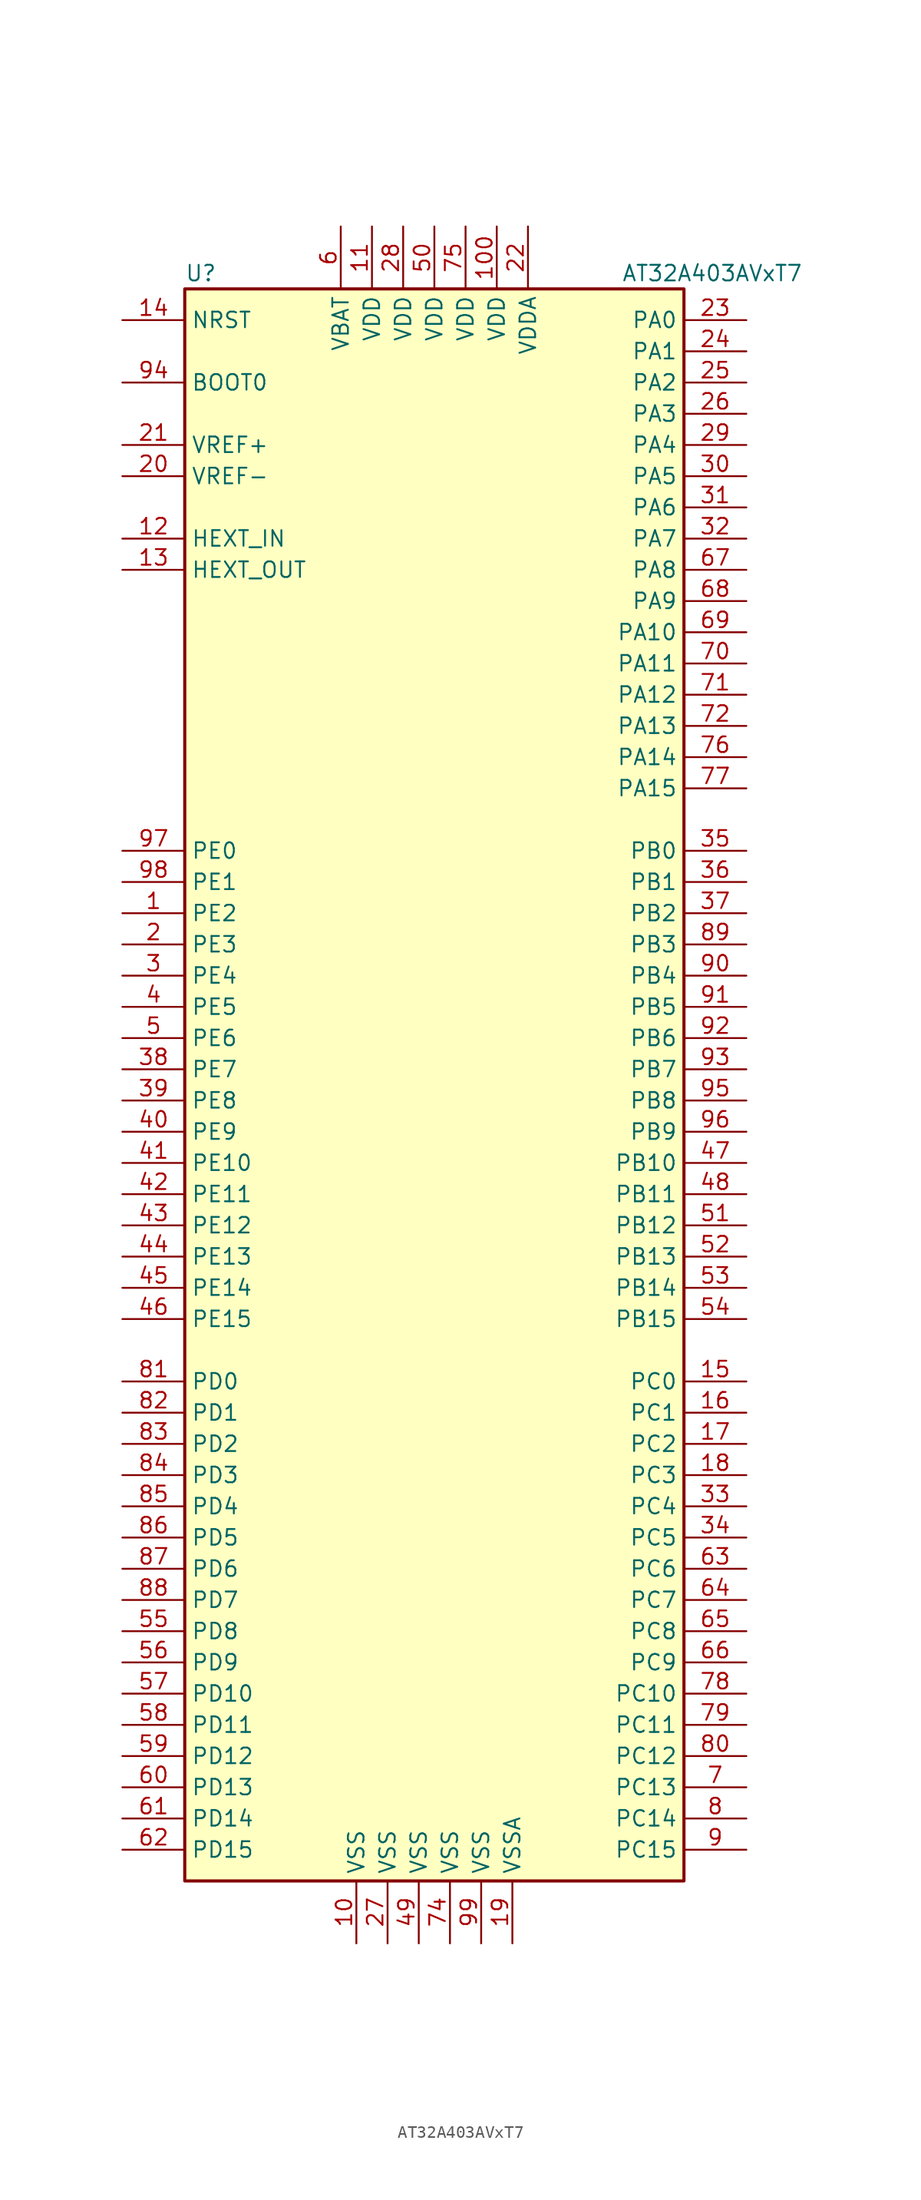
<source format=kicad_sym>
(kicad_symbol_lib
  (version 20220331)
  (generator kicad_symbol_editor)
  (symbol "AT32A403AVxT7"
    (property "Reference" "U"
      (at -20.32 64.77 0)
      (effects (font (size 1.27 1.27)) (justify left)))
    (property "Value" "AT32A403AVxT7"
      (at 15.24 64.77 0)
      (effects (font (size 1.27 1.27)) (justify left)))
    (symbol "AT32A403AVxT7_0_1"
      (rectangle (start -20.32 63.5) (end 20.32 -66.04) (stroke (width 0.254) (type default)) (fill (type background))))
    (symbol "AT32A403AVxT7_1_1"
      (pin bidirectional line (at -25.4 12.7 0) (length 5.08) (name "PE2" (effects (font (size 1.27 1.27)))) (number "1" (effects (font (size 1.27 1.27)))))
      (pin power_in line (at -6.35 -71.12 90) (length 5.08) (name "VSS" (effects (font (size 1.27 1.27)))) (number "10" (effects (font (size 1.27 1.27)))))
      (pin power_in line (at 5.08 68.58 270) (length 5.08) (name "VDD" (effects (font (size 1.27 1.27)))) (number "100" (effects (font (size 1.27 1.27)))))
      (pin power_in line (at -5.08 68.58 270) (length 5.08) (name "VDD" (effects (font (size 1.27 1.27)))) (number "11" (effects (font (size 1.27 1.27)))))
      (pin input line (at -25.4 43.18 0) (length 5.08) (name "HEXT_IN" (effects (font (size 1.27 1.27)))) (number "12" (effects (font (size 1.27 1.27)))))
      (pin input line (at -25.4 40.64 0) (length 5.08) (name "HEXT_OUT" (effects (font (size 1.27 1.27)))) (number "13" (effects (font (size 1.27 1.27)))))
      (pin input line (at -25.4 60.96 0) (length 5.08) (name "NRST" (effects (font (size 1.27 1.27)))) (number "14" (effects (font (size 1.27 1.27)))))
      (pin bidirectional line (at 25.4 -25.4 180) (length 5.08) (name "PC0" (effects (font (size 1.27 1.27)))) (number "15" (effects (font (size 1.27 1.27)))))
      (pin bidirectional line (at 25.4 -27.94 180) (length 5.08) (name "PC1" (effects (font (size 1.27 1.27)))) (number "16" (effects (font (size 1.27 1.27)))))
      (pin bidirectional line (at 25.4 -30.48 180) (length 5.08) (name "PC2" (effects (font (size 1.27 1.27)))) (number "17" (effects (font (size 1.27 1.27)))))
      (pin bidirectional line (at 25.4 -33.02 180) (length 5.08) (name "PC3" (effects (font (size 1.27 1.27)))) (number "18" (effects (font (size 1.27 1.27)))))
      (pin power_in line (at 6.35 -71.12 90) (length 5.08) (name "VSSA" (effects (font (size 1.27 1.27)))) (number "19" (effects (font (size 1.27 1.27)))))
      (pin bidirectional line (at -25.4 10.16 0) (length 5.08) (name "PE3" (effects (font (size 1.27 1.27)))) (number "2" (effects (font (size 1.27 1.27)))))
      (pin power_in line (at -25.4 48.26 0) (length 5.08) (name "VREF-" (effects (font (size 1.27 1.27)))) (number "20" (effects (font (size 1.27 1.27)))))
      (pin power_in line (at -25.4 50.8 0) (length 5.08) (name "VREF+" (effects (font (size 1.27 1.27)))) (number "21" (effects (font (size 1.27 1.27)))))
      (pin power_in line (at 7.62 68.58 270) (length 5.08) (name "VDDA" (effects (font (size 1.27 1.27)))) (number "22" (effects (font (size 1.27 1.27)))))
      (pin bidirectional line (at 25.4 60.96 180) (length 5.08) (name "PA0" (effects (font (size 1.27 1.27)))) (number "23" (effects (font (size 1.27 1.27)))))
      (pin bidirectional line (at 25.4 58.42 180) (length 5.08) (name "PA1" (effects (font (size 1.27 1.27)))) (number "24" (effects (font (size 1.27 1.27)))))
      (pin bidirectional line (at 25.4 55.88 180) (length 5.08) (name "PA2" (effects (font (size 1.27 1.27)))) (number "25" (effects (font (size 1.27 1.27)))))
      (pin bidirectional line (at 25.4 53.34 180) (length 5.08) (name "PA3" (effects (font (size 1.27 1.27)))) (number "26" (effects (font (size 1.27 1.27)))))
      (pin power_in line (at -3.81 -71.12 90) (length 5.08) (name "VSS" (effects (font (size 1.27 1.27)))) (number "27" (effects (font (size 1.27 1.27)))))
      (pin power_in line (at -2.54 68.58 270) (length 5.08) (name "VDD" (effects (font (size 1.27 1.27)))) (number "28" (effects (font (size 1.27 1.27)))))
      (pin bidirectional line (at 25.4 50.8 180) (length 5.08) (name "PA4" (effects (font (size 1.27 1.27)))) (number "29" (effects (font (size 1.27 1.27)))))
      (pin bidirectional line (at -25.4 7.62 0) (length 5.08) (name "PE4" (effects (font (size 1.27 1.27)))) (number "3" (effects (font (size 1.27 1.27)))))
      (pin bidirectional line (at 25.4 48.26 180) (length 5.08) (name "PA5" (effects (font (size 1.27 1.27)))) (number "30" (effects (font (size 1.27 1.27)))))
      (pin bidirectional line (at 25.4 45.72 180) (length 5.08) (name "PA6" (effects (font (size 1.27 1.27)))) (number "31" (effects (font (size 1.27 1.27)))))
      (pin bidirectional line (at 25.4 43.18 180) (length 5.08) (name "PA7" (effects (font (size 1.27 1.27)))) (number "32" (effects (font (size 1.27 1.27)))))
      (pin bidirectional line (at 25.4 -35.56 180) (length 5.08) (name "PC4" (effects (font (size 1.27 1.27)))) (number "33" (effects (font (size 1.27 1.27)))))
      (pin bidirectional line (at 25.4 -38.1 180) (length 5.08) (name "PC5" (effects (font (size 1.27 1.27)))) (number "34" (effects (font (size 1.27 1.27)))))
      (pin bidirectional line (at 25.4 17.78 180) (length 5.08) (name "PB0" (effects (font (size 1.27 1.27)))) (number "35" (effects (font (size 1.27 1.27)))))
      (pin bidirectional line (at 25.4 15.24 180) (length 5.08) (name "PB1" (effects (font (size 1.27 1.27)))) (number "36" (effects (font (size 1.27 1.27)))))
      (pin bidirectional line (at 25.4 12.7 180) (length 5.08) (name "PB2" (effects (font (size 1.27 1.27)))) (number "37" (effects (font (size 1.27 1.27)))))
      (pin bidirectional line (at -25.4 0 0) (length 5.08) (name "PE7" (effects (font (size 1.27 1.27)))) (number "38" (effects (font (size 1.27 1.27)))))
      (pin bidirectional line (at -25.4 -2.54 0) (length 5.08) (name "PE8" (effects (font (size 1.27 1.27)))) (number "39" (effects (font (size 1.27 1.27)))))
      (pin bidirectional line (at -25.4 5.08 0) (length 5.08) (name "PE5" (effects (font (size 1.27 1.27)))) (number "4" (effects (font (size 1.27 1.27)))))
      (pin bidirectional line (at -25.4 -5.08 0) (length 5.08) (name "PE9" (effects (font (size 1.27 1.27)))) (number "40" (effects (font (size 1.27 1.27)))))
      (pin bidirectional line (at -25.4 -7.62 0) (length 5.08) (name "PE10" (effects (font (size 1.27 1.27)))) (number "41" (effects (font (size 1.27 1.27)))))
      (pin bidirectional line (at -25.4 -10.16 0) (length 5.08) (name "PE11" (effects (font (size 1.27 1.27)))) (number "42" (effects (font (size 1.27 1.27)))))
      (pin bidirectional line (at -25.4 -12.7 0) (length 5.08) (name "PE12" (effects (font (size 1.27 1.27)))) (number "43" (effects (font (size 1.27 1.27)))))
      (pin bidirectional line (at -25.4 -15.24 0) (length 5.08) (name "PE13" (effects (font (size 1.27 1.27)))) (number "44" (effects (font (size 1.27 1.27)))))
      (pin bidirectional line (at -25.4 -17.78 0) (length 5.08) (name "PE14" (effects (font (size 1.27 1.27)))) (number "45" (effects (font (size 1.27 1.27)))))
      (pin bidirectional line (at -25.4 -20.32 0) (length 5.08) (name "PE15" (effects (font (size 1.27 1.27)))) (number "46" (effects (font (size 1.27 1.27)))))
      (pin bidirectional line (at 25.4 -7.62 180) (length 5.08) (name "PB10" (effects (font (size 1.27 1.27)))) (number "47" (effects (font (size 1.27 1.27)))))
      (pin bidirectional line (at 25.4 -10.16 180) (length 5.08) (name "PB11" (effects (font (size 1.27 1.27)))) (number "48" (effects (font (size 1.27 1.27)))))
      (pin power_in line (at -1.27 -71.12 90) (length 5.08) (name "VSS" (effects (font (size 1.27 1.27)))) (number "49" (effects (font (size 1.27 1.27)))))
      (pin bidirectional line (at -25.4 2.54 0) (length 5.08) (name "PE6" (effects (font (size 1.27 1.27)))) (number "5" (effects (font (size 1.27 1.27)))))
      (pin power_in line (at 0 68.58 270) (length 5.08) (name "VDD" (effects (font (size 1.27 1.27)))) (number "50" (effects (font (size 1.27 1.27)))))
      (pin bidirectional line (at 25.4 -12.7 180) (length 5.08) (name "PB12" (effects (font (size 1.27 1.27)))) (number "51" (effects (font (size 1.27 1.27)))))
      (pin bidirectional line (at 25.4 -15.24 180) (length 5.08) (name "PB13" (effects (font (size 1.27 1.27)))) (number "52" (effects (font (size 1.27 1.27)))))
      (pin bidirectional line (at 25.4 -17.78 180) (length 5.08) (name "PB14" (effects (font (size 1.27 1.27)))) (number "53" (effects (font (size 1.27 1.27)))))
      (pin bidirectional line (at 25.4 -20.32 180) (length 5.08) (name "PB15" (effects (font (size 1.27 1.27)))) (number "54" (effects (font (size 1.27 1.27)))))
      (pin bidirectional line (at -25.4 -45.72 0) (length 5.08) (name "PD8" (effects (font (size 1.27 1.27)))) (number "55" (effects (font (size 1.27 1.27)))))
      (pin bidirectional line (at -25.4 -48.26 0) (length 5.08) (name "PD9" (effects (font (size 1.27 1.27)))) (number "56" (effects (font (size 1.27 1.27)))))
      (pin bidirectional line (at -25.4 -50.8 0) (length 5.08) (name "PD10" (effects (font (size 1.27 1.27)))) (number "57" (effects (font (size 1.27 1.27)))))
      (pin bidirectional line (at -25.4 -53.34 0) (length 5.08) (name "PD11" (effects (font (size 1.27 1.27)))) (number "58" (effects (font (size 1.27 1.27)))))
      (pin bidirectional line (at -25.4 -55.88 0) (length 5.08) (name "PD12" (effects (font (size 1.27 1.27)))) (number "59" (effects (font (size 1.27 1.27)))))
      (pin power_in line (at -7.62 68.58 270) (length 5.08) (name "VBAT" (effects (font (size 1.27 1.27)))) (number "6" (effects (font (size 1.27 1.27)))))
      (pin bidirectional line (at -25.4 -58.42 0) (length 5.08) (name "PD13" (effects (font (size 1.27 1.27)))) (number "60" (effects (font (size 1.27 1.27)))))
      (pin bidirectional line (at -25.4 -60.96 0) (length 5.08) (name "PD14" (effects (font (size 1.27 1.27)))) (number "61" (effects (font (size 1.27 1.27)))))
      (pin bidirectional line (at -25.4 -63.5 0) (length 5.08) (name "PD15" (effects (font (size 1.27 1.27)))) (number "62" (effects (font (size 1.27 1.27)))))
      (pin bidirectional line (at 25.4 -40.64 180) (length 5.08) (name "PC6" (effects (font (size 1.27 1.27)))) (number "63" (effects (font (size 1.27 1.27)))))
      (pin bidirectional line (at 25.4 -43.18 180) (length 5.08) (name "PC7" (effects (font (size 1.27 1.27)))) (number "64" (effects (font (size 1.27 1.27)))))
      (pin bidirectional line (at 25.4 -45.72 180) (length 5.08) (name "PC8" (effects (font (size 1.27 1.27)))) (number "65" (effects (font (size 1.27 1.27)))))
      (pin bidirectional line (at 25.4 -48.26 180) (length 5.08) (name "PC9" (effects (font (size 1.27 1.27)))) (number "66" (effects (font (size 1.27 1.27)))))
      (pin bidirectional line (at 25.4 40.64 180) (length 5.08) (name "PA8" (effects (font (size 1.27 1.27)))) (number "67" (effects (font (size 1.27 1.27)))))
      (pin bidirectional line (at 25.4 38.1 180) (length 5.08) (name "PA9" (effects (font (size 1.27 1.27)))) (number "68" (effects (font (size 1.27 1.27)))))
      (pin bidirectional line (at 25.4 35.56 180) (length 5.08) (name "PA10" (effects (font (size 1.27 1.27)))) (number "69" (effects (font (size 1.27 1.27)))))
      (pin bidirectional line (at 25.4 -58.42 180) (length 5.08) (name "PC13" (effects (font (size 1.27 1.27)))) (number "7" (effects (font (size 1.27 1.27)))))
      (pin bidirectional line (at 25.4 33.02 180) (length 5.08) (name "PA11" (effects (font (size 1.27 1.27)))) (number "70" (effects (font (size 1.27 1.27)))))
      (pin bidirectional line (at 25.4 30.48 180) (length 5.08) (name "PA12" (effects (font (size 1.27 1.27)))) (number "71" (effects (font (size 1.27 1.27)))))
      (pin bidirectional line (at 25.4 27.94 180) (length 5.08) (name "PA13" (effects (font (size 1.27 1.27)))) (number "72" (effects (font (size 1.27 1.27)))))
      (pin no_connect line (at -25.4 25.4 0) (length 5.08) hide (name "NC" (effects (font (size 1.27 1.27)))) (number "73" (effects (font (size 1.27 1.27)))))
      (pin power_in line (at 1.27 -71.12 90) (length 5.08) (name "VSS" (effects (font (size 1.27 1.27)))) (number "74" (effects (font (size 1.27 1.27)))))
      (pin power_in line (at 2.54 68.58 270) (length 5.08) (name "VDD" (effects (font (size 1.27 1.27)))) (number "75" (effects (font (size 1.27 1.27)))))
      (pin bidirectional line (at 25.4 25.4 180) (length 5.08) (name "PA14" (effects (font (size 1.27 1.27)))) (number "76" (effects (font (size 1.27 1.27)))))
      (pin bidirectional line (at 25.4 22.86 180) (length 5.08) (name "PA15" (effects (font (size 1.27 1.27)))) (number "77" (effects (font (size 1.27 1.27)))))
      (pin bidirectional line (at 25.4 -50.8 180) (length 5.08) (name "PC10" (effects (font (size 1.27 1.27)))) (number "78" (effects (font (size 1.27 1.27)))))
      (pin bidirectional line (at 25.4 -53.34 180) (length 5.08) (name "PC11" (effects (font (size 1.27 1.27)))) (number "79" (effects (font (size 1.27 1.27)))))
      (pin bidirectional line (at 25.4 -60.96 180) (length 5.08) (name "PC14" (effects (font (size 1.27 1.27)))) (number "8" (effects (font (size 1.27 1.27)))))
      (pin bidirectional line (at 25.4 -55.88 180) (length 5.08) (name "PC12" (effects (font (size 1.27 1.27)))) (number "80" (effects (font (size 1.27 1.27)))))
      (pin bidirectional line (at -25.4 -25.4 0) (length 5.08) (name "PD0" (effects (font (size 1.27 1.27)))) (number "81" (effects (font (size 1.27 1.27)))))
      (pin bidirectional line (at -25.4 -27.94 0) (length 5.08) (name "PD1" (effects (font (size 1.27 1.27)))) (number "82" (effects (font (size 1.27 1.27)))))
      (pin bidirectional line (at -25.4 -30.48 0) (length 5.08) (name "PD2" (effects (font (size 1.27 1.27)))) (number "83" (effects (font (size 1.27 1.27)))))
      (pin bidirectional line (at -25.4 -33.02 0) (length 5.08) (name "PD3" (effects (font (size 1.27 1.27)))) (number "84" (effects (font (size 1.27 1.27)))))
      (pin bidirectional line (at -25.4 -35.56 0) (length 5.08) (name "PD4" (effects (font (size 1.27 1.27)))) (number "85" (effects (font (size 1.27 1.27)))))
      (pin bidirectional line (at -25.4 -38.1 0) (length 5.08) (name "PD5" (effects (font (size 1.27 1.27)))) (number "86" (effects (font (size 1.27 1.27)))))
      (pin bidirectional line (at -25.4 -40.64 0) (length 5.08) (name "PD6" (effects (font (size 1.27 1.27)))) (number "87" (effects (font (size 1.27 1.27)))))
      (pin bidirectional line (at -25.4 -43.18 0) (length 5.08) (name "PD7" (effects (font (size 1.27 1.27)))) (number "88" (effects (font (size 1.27 1.27)))))
      (pin bidirectional line (at 25.4 10.16 180) (length 5.08) (name "PB3" (effects (font (size 1.27 1.27)))) (number "89" (effects (font (size 1.27 1.27)))))
      (pin bidirectional line (at 25.4 -63.5 180) (length 5.08) (name "PC15" (effects (font (size 1.27 1.27)))) (number "9" (effects (font (size 1.27 1.27)))))
      (pin bidirectional line (at 25.4 7.62 180) (length 5.08) (name "PB4" (effects (font (size 1.27 1.27)))) (number "90" (effects (font (size 1.27 1.27)))))
      (pin bidirectional line (at 25.4 5.08 180) (length 5.08) (name "PB5" (effects (font (size 1.27 1.27)))) (number "91" (effects (font (size 1.27 1.27)))))
      (pin bidirectional line (at 25.4 2.54 180) (length 5.08) (name "PB6" (effects (font (size 1.27 1.27)))) (number "92" (effects (font (size 1.27 1.27)))))
      (pin bidirectional line (at 25.4 0 180) (length 5.08) (name "PB7" (effects (font (size 1.27 1.27)))) (number "93" (effects (font (size 1.27 1.27)))))
      (pin input line (at -25.4 55.88 0) (length 5.08) (name "BOOT0" (effects (font (size 1.27 1.27)))) (number "94" (effects (font (size 1.27 1.27)))))
      (pin bidirectional line (at 25.4 -2.54 180) (length 5.08) (name "PB8" (effects (font (size 1.27 1.27)))) (number "95" (effects (font (size 1.27 1.27)))))
      (pin bidirectional line (at 25.4 -5.08 180) (length 5.08) (name "PB9" (effects (font (size 1.27 1.27)))) (number "96" (effects (font (size 1.27 1.27)))))
      (pin bidirectional line (at -25.4 17.78 0) (length 5.08) (name "PE0" (effects (font (size 1.27 1.27)))) (number "97" (effects (font (size 1.27 1.27)))))
      (pin bidirectional line (at -25.4 15.24 0) (length 5.08) (name "PE1" (effects (font (size 1.27 1.27)))) (number "98" (effects (font (size 1.27 1.27)))))
      (pin power_in line (at 3.81 -71.12 90) (length 5.08) (name "VSS" (effects (font (size 1.27 1.27)))) (number "99" (effects (font (size 1.27 1.27))))))))
</source>
